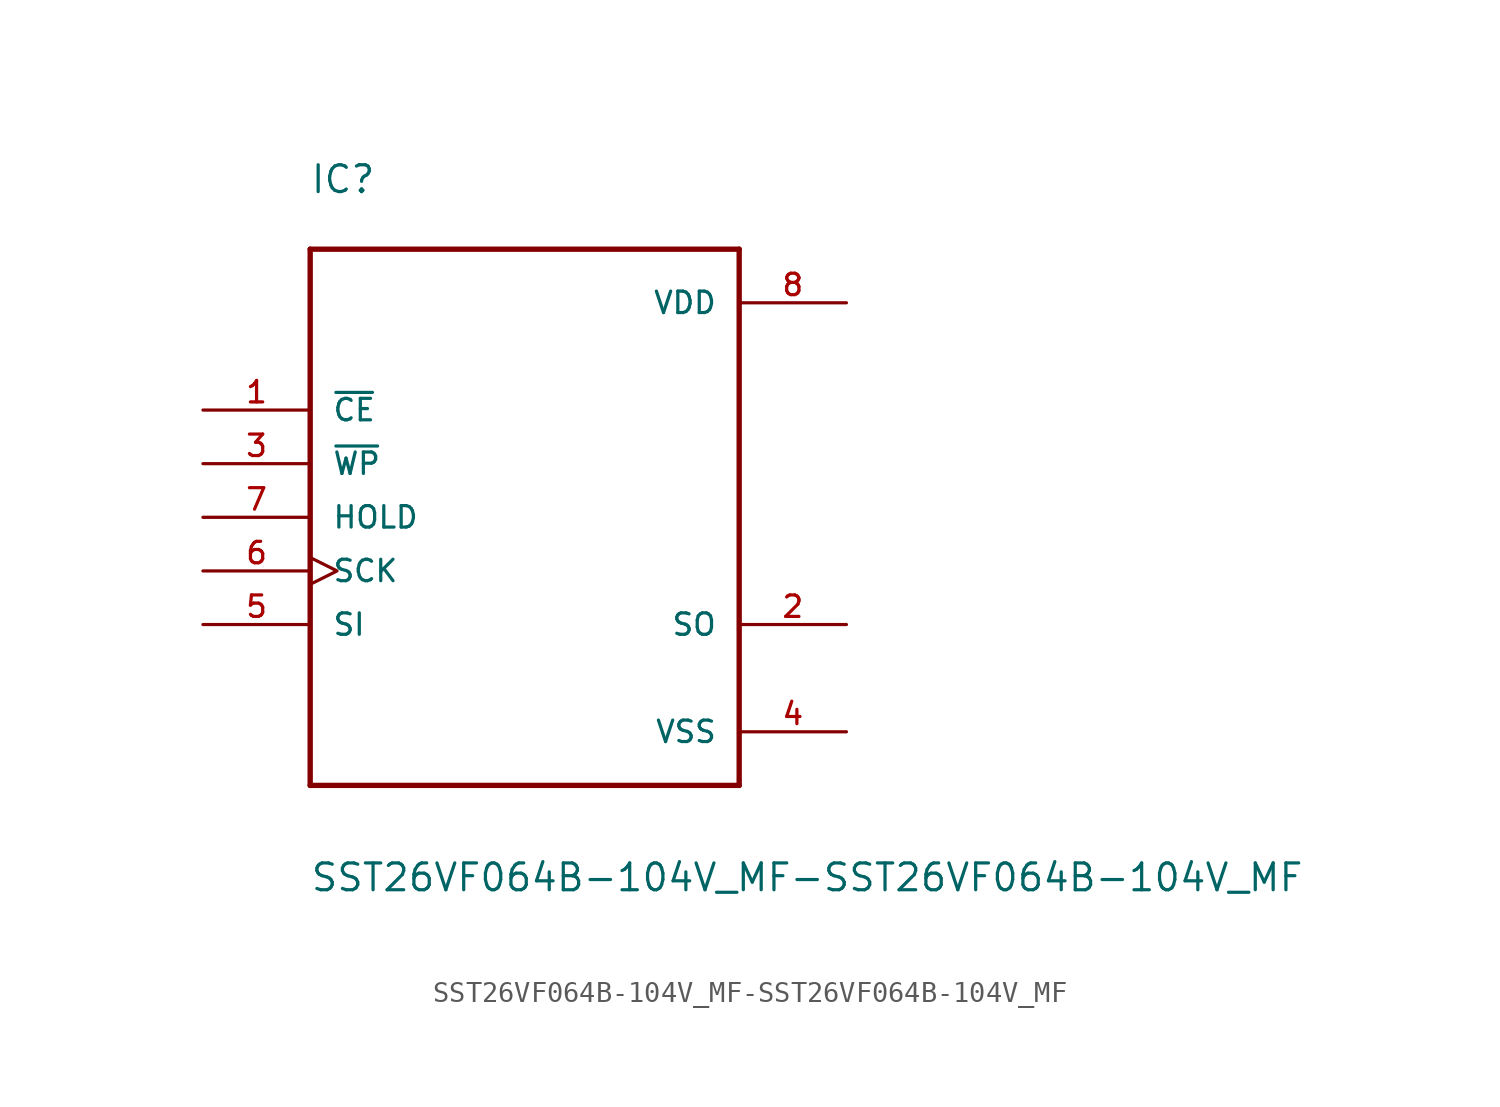
<source format=kicad_sym>
(kicad_symbol_lib
  (version 20211014)
  (generator kicad_symbol_editor)
  (symbol "SST26VF064B-104V_MF-SST26VF064B-104V_MF"
    (pin_names
      (offset 1.016))
    (property "Reference" "IC"
      (at -10.185 15.265 0)
      (effects (font (size 1.27 1.27)) (justify left bottom)))
    (property "Value" "SST26VF064B-104V_MF-SST26VF064B-104V_MF"
      (at -10.185 -17.805 0)
      (effects (font (size 1.27 1.27)) (justify left bottom)))
    (property "ki_locked" ""
      (at 0 0 0)
      (effects (font (size 1.27 1.27))))
    (symbol "SST26VF064B-104V_MF-SST26VF064B-104V_MF_0_0"
      (polyline (pts (xy -10.16 -12.7) (xy -10.16 12.7)) (stroke (width 0.254) (type default) (color 0 0 0 0)) (fill (type none)))
      (polyline (pts (xy -10.16 12.7) (xy 10.16 12.7)) (stroke (width 0.254) (type default) (color 0 0 0 0)) (fill (type none)))
      (polyline (pts (xy 10.16 -12.7) (xy -10.16 -12.7)) (stroke (width 0.254) (type default) (color 0 0 0 0)) (fill (type none)))
      (polyline (pts (xy 10.16 12.7) (xy 10.16 -12.7)) (stroke (width 0.254) (type default) (color 0 0 0 0)) (fill (type none)))
      (pin input line (at -15.24 5.08 0) (length 5.08) (name "~{CE}" (effects (font (size 1.016 1.016)))) (number "1" (effects (font (size 1.016 1.016)))))
      (pin output line (at 15.24 -5.08 180) (length 5.08) (name "SO" (effects (font (size 1.016 1.016)))) (number "2" (effects (font (size 1.016 1.016)))))
      (pin input line (at -15.24 2.54 0) (length 5.08) (name "~{WP}" (effects (font (size 1.016 1.016)))) (number "3" (effects (font (size 1.016 1.016)))))
      (pin passive line (at 15.24 -10.16 180) (length 5.08) (name "VSS" (effects (font (size 1.016 1.016)))) (number "4" (effects (font (size 1.016 1.016)))))
      (pin input line (at -15.24 -5.08 0) (length 5.08) (name "SI" (effects (font (size 1.016 1.016)))) (number "5" (effects (font (size 1.016 1.016)))))
      (pin input clock (at -15.24 -2.54 0) (length 5.08) (name "SCK" (effects (font (size 1.016 1.016)))) (number "6" (effects (font (size 1.016 1.016)))))
      (pin input line (at -15.24 0 0) (length 5.08) (name "HOLD" (effects (font (size 1.016 1.016)))) (number "7" (effects (font (size 1.016 1.016)))))
      (pin power_in line (at 15.24 10.16 180) (length 5.08) (name "VDD" (effects (font (size 1.016 1.016)))) (number "8" (effects (font (size 1.016 1.016))))))))
</source>
